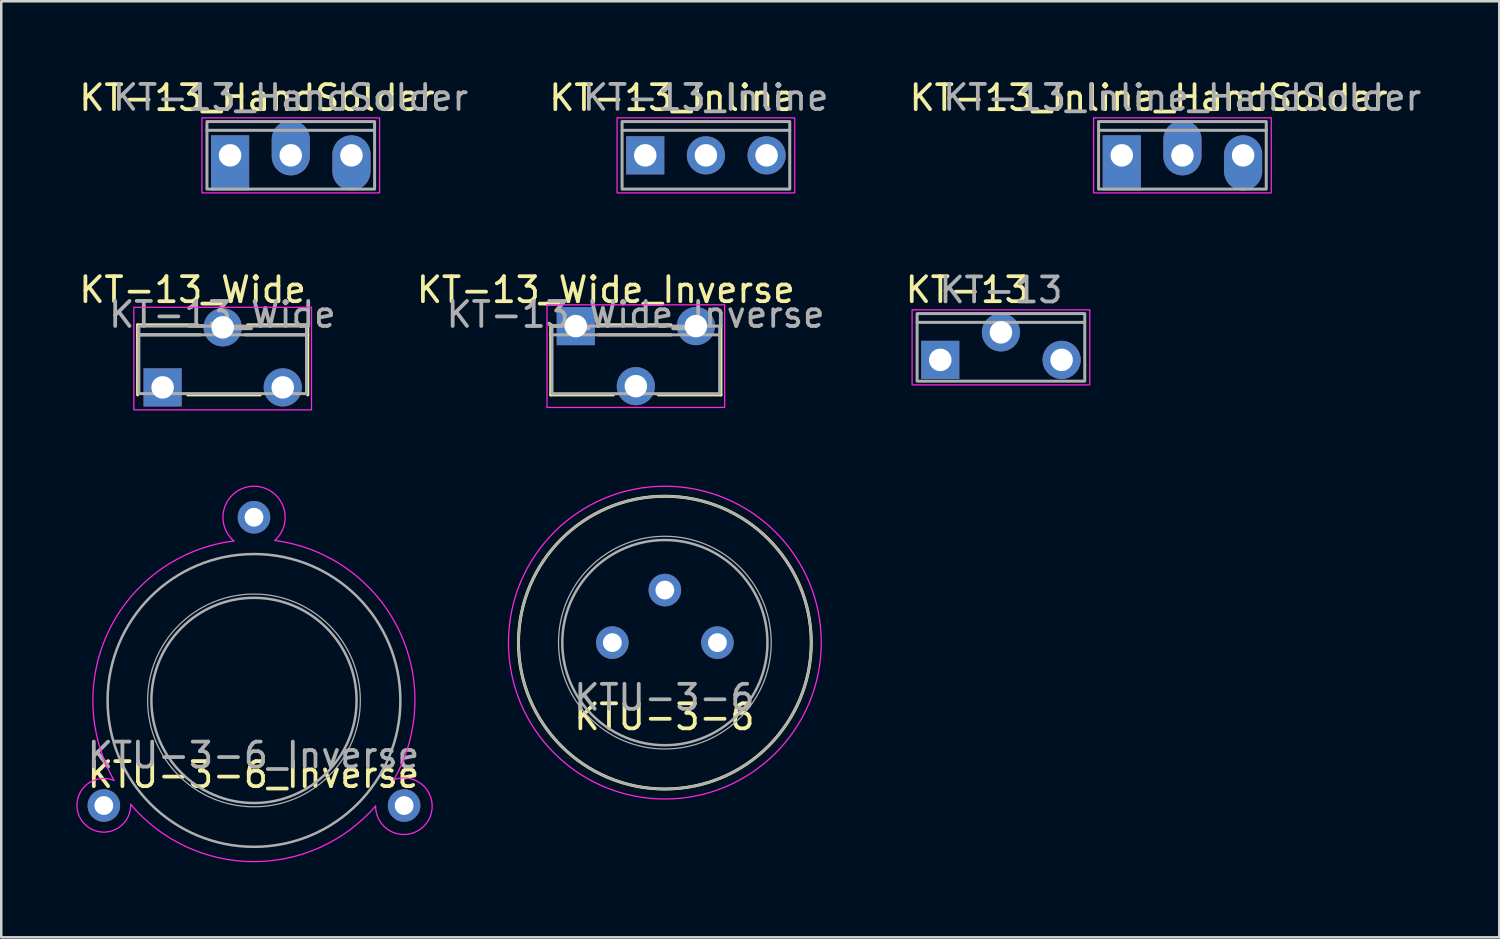
<source format=kicad_pcb>
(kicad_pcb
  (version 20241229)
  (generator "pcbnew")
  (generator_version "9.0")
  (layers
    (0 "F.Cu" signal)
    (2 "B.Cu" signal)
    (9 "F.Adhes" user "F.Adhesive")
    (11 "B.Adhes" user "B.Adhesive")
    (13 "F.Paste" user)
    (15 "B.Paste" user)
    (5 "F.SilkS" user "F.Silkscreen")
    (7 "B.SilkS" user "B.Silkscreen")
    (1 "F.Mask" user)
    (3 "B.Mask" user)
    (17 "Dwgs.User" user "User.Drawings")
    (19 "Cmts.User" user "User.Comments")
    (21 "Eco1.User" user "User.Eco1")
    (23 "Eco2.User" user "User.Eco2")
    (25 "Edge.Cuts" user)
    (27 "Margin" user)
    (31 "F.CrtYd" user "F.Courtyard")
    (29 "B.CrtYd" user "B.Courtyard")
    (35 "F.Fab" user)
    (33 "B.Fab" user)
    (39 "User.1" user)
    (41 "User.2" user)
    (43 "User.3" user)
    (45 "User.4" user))
  (footprint "KT-13_Wide_Inverse"
    (layer "F.Cu")
    (at 19.96 9.982)
    (property "Reference" "KT-13_Wide_Inverse" (at 1.2 -1.45 0) (unlocked yes) (layer "F.SilkS") (effects (font (size 1 1) (thickness 0.15))))
    (attr through_hole)
    (fp_line (start -1 0.35) (end -1 -0.05) (stroke (width 0.12) (type solid)) (layer "F.SilkS"))
    (fp_line (start -1 0.35) (end -1 2.75) (stroke (width 0.12) (type solid)) (layer "F.SilkS"))
    (fp_line (start -1 2.75) (end 1.5 2.75) (stroke (width 0.12) (type solid)) (layer "F.SilkS"))
    (fp_line (start 0.9 -0.05) (end 3.8 -0.05) (stroke (width 0.12) (type solid)) (layer "F.SilkS"))
    (fp_line (start 0.9 0.35) (end 3.8 0.35) (stroke (width 0.12) (type solid)) (layer "F.SilkS"))
    (fp_line (start 5.8 -0.05) (end 5.8 2.75) (stroke (width 0.12) (type solid)) (layer "F.SilkS"))
    (fp_line (start 5.8 2.75) (end 3.3 2.75) (stroke (width 0.12) (type solid)) (layer "F.SilkS"))
    (fp_rect (start -1.15 -0.85) (end 5.95 3.25) (stroke (width 0.05) (type solid)) (fill no) (layer "F.CrtYd"))
    (fp_line (start -0.95 0.35) (end 5.75 0.35) (stroke (width 0.12) (type solid)) (layer "F.Fab"))
    (fp_rect (start -0.95 0) (end 5.75 2.7) (stroke (width 0.12) (type solid)) (fill no) (layer "F.Fab"))
    (fp_text user "${REFERENCE}" (at 2.39 -0.46 0) (unlocked yes) (layer "F.Fab") (effects (font (size 1 1) (thickness 0.15))))
    (pad "1" thru_hole rect (at 0 0) (size 1.524 1.524) (drill 0.9) (layers "*.Cu" "*.Mask"))
    (pad "2" thru_hole circle (at 2.4 2.4) (size 1.524 1.524) (drill 0.9) (layers "*.Cu" "*.Mask"))
    (pad "3" thru_hole circle (at 4.8 0) (size 1.524 1.524) (drill 0.9) (layers "*.Cu" "*.Mask")))
  (footprint "KTU-3-6_Inverse"
    (layer "F.Cu")
    (at 7.1 24.941)
    (property "Reference" "KTU-3-6_Inverse" (at -0.02 2.97 0) (unlocked yes) (layer "F.SilkS") (effects (font (size 1 1) (thickness 0.15))))
    (attr through_hole)
    (fp_arc (start -5.59 3.2) (mid -5.758891 -2.869832) (end -0.803424 -6.371986) (stroke (width 0.05) (type solid)) (layer "F.CrtYd"))
    (fp_arc (start -4.93 4.15) (mid -6.883119 4.80264) (end -5.59 3.2) (stroke (width 0.05) (type solid)) (layer "F.CrtYd"))
    (fp_arc (start -0.803424 -6.371986) (mid -0.012803 -8.559374) (end 0.831159 -6.392007) (stroke (width 0.05) (type solid)) (layer "F.CrtYd"))
    (fp_arc (start 0.831159 -6.392007) (mid 5.758206 -2.878911) (end 5.59 3.170001) (stroke (width 0.05) (type solid)) (layer "F.CrtYd"))
    (fp_arc (start 4.859999 4.22) (mid -0.051139 6.442065) (end -4.93 4.15) (stroke (width 0.05) (type solid)) (layer "F.CrtYd"))
    (fp_arc (start 5.59 3.170001) (mid 6.918207 4.872184) (end 4.859999 4.22) (stroke (width 0.05) (type solid)) (layer "F.CrtYd"))
    (fp_circle (center 0 0) (end 4.1 0) (stroke (width 0.1) (type solid)) (fill no) (layer "F.Fab"))
    (fp_circle (center 0 0) (end 4.25 0) (stroke (width 0.05) (type solid)) (fill no) (layer "F.Fab"))
    (fp_circle (center 0 0) (end 5.85 0) (stroke (width 0.1) (type solid)) (fill no) (layer "F.Fab"))
    (fp_text user "${REFERENCE}" (at -0.02 2.19 0) (unlocked yes) (layer "F.Fab") (effects (font (size 1 1) (thickness 0.15))))
    (pad "1" thru_hole circle (at -6 4.2) (size 1.3 1.3) (drill 0.75) (layers "*.Cu" "*.Mask"))
    (pad "2" thru_hole circle (at 0 -7.32) (size 1.3 1.3) (drill 0.75) (layers "*.Cu" "*.Mask"))
    (pad "3" thru_hole circle (at 6 4.2) (size 1.3 1.3) (drill 0.75) (layers "*.Cu" "*.Mask")))
  (footprint "KTU-3-6"
    (layer "F.Cu")
    (at 23.52 22.631)
    (property "Reference" "KTU-3-6" (at -0.02 2.97 0) (unlocked yes) (layer "F.SilkS") (effects (font (size 1 1) (thickness 0.15))))
    (attr through_hole)
    (fp_circle (center 0 0) (end 5.85 0) (stroke (width 0.12) (type solid)) (fill no) (layer "F.SilkS"))
    (fp_circle (center 0 0) (end 6.25 0) (stroke (width 0.05) (type solid)) (fill no) (layer "F.CrtYd"))
    (fp_circle (center 0 0) (end 4.1 0) (stroke (width 0.1) (type solid)) (fill no) (layer "F.Fab"))
    (fp_circle (center 0 0) (end 4.25 0) (stroke (width 0.05) (type solid)) (fill no) (layer "F.Fab"))
    (fp_circle (center 0 0) (end 5.85 0) (stroke (width 0.1) (type solid)) (fill no) (layer "F.Fab"))
    (fp_text user "${REFERENCE}" (at -0.02 2.19 0) (unlocked yes) (layer "F.Fab") (effects (font (size 1 1) (thickness 0.15))))
    (pad "1" thru_hole circle (at 2.1 0) (size 1.3 1.3) (drill 0.75) (layers "*.Cu" "*.Mask"))
    (pad "2" thru_hole circle (at 0 -2.1) (size 1.3 1.3) (drill 0.75) (layers "*.Cu" "*.Mask"))
    (pad "3" thru_hole circle (at -2.1 0) (size 1.3 1.3) (drill 0.75) (layers "*.Cu" "*.Mask")))
  (footprint "KT-13_Inline_HandSolder"
    (layer "F.Cu")
    (at 44.203 3.158)
    (property "Reference" "KT-13_Inline_HandSolder" (at -1.35 -2.3 0) (unlocked yes) (layer "F.SilkS") (effects (font (size 1 1) (thickness 0.15))))
    (attr through_hole)
    (fp_rect (start -3.55 -1.5) (end 3.55 1.5) (stroke (width 0.05) (type solid)) (fill no) (layer "F.CrtYd"))
    (fp_line (start -3.35 -1) (end 3.35 -1) (stroke (width 0.12) (type solid)) (layer "F.Fab"))
    (fp_rect (start -3.35 -1.35) (end 3.35 1.35) (stroke (width 0.12) (type solid)) (fill no) (layer "F.Fab"))
    (fp_text user "${REFERENCE}" (at -0.01 -2.31 0) (unlocked yes) (layer "F.Fab") (effects (font (size 1 1) (thickness 0.15))))
    (pad "1" thru_hole rect (at -2.425 0) (size 1.524 2.2) (drill 0.9 (offset 0 0.3)) (layers "*.Cu" "*.Mask"))
    (pad "2" thru_hole oval (at 0 0) (size 1.524 2.2) (drill 0.9 (offset 0 -0.3)) (layers "*.Cu" "*.Mask"))
    (pad "3" thru_hole oval (at 2.425 0) (size 1.524 2.2) (drill 0.9 (offset 0 0.3)) (layers "*.Cu" "*.Mask")))
  (footprint "KT-13_Wide"
    (layer "F.Cu")
    (at 3.449 12.431)
    (property "Reference" "KT-13_Wide" (at 1.2 -3.9 0) (unlocked yes) (layer "F.SilkS") (effects (font (size 1 1) (thickness 0.15))))
    (attr through_hole)
    (fp_line (start -1 -2.5) (end 1.4 -2.5) (stroke (width 0.12) (type solid)) (layer "F.SilkS"))
    (fp_line (start -1 -2.1) (end -1 -2.5) (stroke (width 0.12) (type solid)) (layer "F.SilkS"))
    (fp_line (start -1 -2.1) (end -1 0.3) (stroke (width 0.12) (type solid)) (layer "F.SilkS"))
    (fp_line (start -1 -2.1) (end 1.5 -2.1) (stroke (width 0.12) (type solid)) (layer "F.SilkS"))
    (fp_line (start 3.3 -2.1) (end 5.8 -2.1) (stroke (width 0.12) (type solid)) (layer "F.SilkS"))
    (fp_line (start 3.4 -2.5) (end 5.8 -2.5) (stroke (width 0.12) (type solid)) (layer "F.SilkS"))
    (fp_line (start 3.9 0.3) (end 1 0.3) (stroke (width 0.12) (type solid)) (layer "F.SilkS"))
    (fp_line (start 5.8 -2.5) (end 5.8 0.3) (stroke (width 0.12) (type solid)) (layer "F.SilkS"))
    (fp_rect (start -1.15 -3.2) (end 5.95 0.9) (stroke (width 0.05) (type solid)) (fill no) (layer "F.CrtYd"))
    (fp_line (start -0.95 -2.1) (end 5.75 -2.1) (stroke (width 0.12) (type solid)) (layer "F.Fab"))
    (fp_rect (start -0.95 -2.45) (end 5.75 0.25) (stroke (width 0.12) (type solid)) (fill no) (layer "F.Fab"))
    (fp_text user "${REFERENCE}" (at 2.39 -2.91 0) (unlocked yes) (layer "F.Fab") (effects (font (size 1 1) (thickness 0.15))))
    (pad "1" thru_hole rect (at 0 0) (size 1.524 1.524) (drill 0.9) (layers "*.Cu" "*.Mask"))
    (pad "2" thru_hole circle (at 2.4 -2.4) (size 1.524 1.524) (drill 0.9) (layers "*.Cu" "*.Mask"))
    (pad "3" thru_hole circle (at 4.8 0) (size 1.524 1.524) (drill 0.9) (layers "*.Cu" "*.Mask")))
  (footprint "KT-13"
    (layer "F.Cu")
    (at 36.95 10.832)
    (property "Reference" "KT-13" (at -1.35 -2.3 0) (unlocked yes) (layer "F.SilkS") (effects (font (size 1 1) (thickness 0.15))))
    (attr through_hole)
    (fp_rect (start -3.55 -1.5) (end 3.55 1.5) (stroke (width 0.05) (type solid)) (fill no) (layer "F.CrtYd"))
    (fp_line (start -3.35 -1) (end 3.35 -1) (stroke (width 0.12) (type solid)) (layer "F.Fab"))
    (fp_rect (start -3.35 -1.35) (end 3.35 1.35) (stroke (width 0.12) (type solid)) (fill no) (layer "F.Fab"))
    (fp_text user "${REFERENCE}" (at 0 -2.29 0) (unlocked yes) (layer "F.Fab") (effects (font (size 1 1) (thickness 0.15))))
    (pad "1" thru_hole rect (at -2.425 0.5) (size 1.524 1.524) (drill 0.9) (layers "*.Cu" "*.Mask"))
    (pad "2" thru_hole circle (at 0 -0.6) (size 1.524 1.524) (drill 0.9) (layers "*.Cu" "*.Mask"))
    (pad "3" thru_hole circle (at 2.425 0.5) (size 1.524 1.524) (drill 0.9) (layers "*.Cu" "*.Mask")))
  (footprint "KT-13_Inline"
    (layer "F.Cu")
    (at 25.16 3.158)
    (property "Reference" "KT-13_Inline" (at -1.35 -2.3 0) (unlocked yes) (layer "F.SilkS") (effects (font (size 1 1) (thickness 0.15))))
    (attr through_hole)
    (fp_rect (start -3.55 -1.5) (end 3.55 1.5) (stroke (width 0.05) (type solid)) (fill no) (layer "F.CrtYd"))
    (fp_line (start -3.35 -1) (end 3.35 -1) (stroke (width 0.12) (type solid)) (layer "F.Fab"))
    (fp_rect (start -3.35 -1.35) (end 3.35 1.35) (stroke (width 0.12) (type solid)) (fill no) (layer "F.Fab"))
    (fp_text user "${REFERENCE}" (at -0.01 -2.31 0) (unlocked yes) (layer "F.Fab") (effects (font (size 1 1) (thickness 0.15))))
    (pad "1" thru_hole rect (at -2.425 0) (size 1.524 1.524) (drill 0.9) (layers "*.Cu" "*.Mask"))
    (pad "2" thru_hole circle (at 0 0) (size 1.524 1.524) (drill 0.9) (layers "*.Cu" "*.Mask"))
    (pad "3" thru_hole circle (at 2.425 0) (size 1.524 1.524) (drill 0.9) (layers "*.Cu" "*.Mask")))
  (footprint "KT-13_HandSolder"
    (layer "F.Cu")
    (at 6.145 3.158)
    (property "Reference" "KT-13_HandSolder" (at 1.075 -2.3 0) (unlocked yes) (layer "F.SilkS") (effects (font (size 1 1) (thickness 0.15))))
    (attr through_hole)
    (fp_rect (start -1.125 -1.5) (end 5.975 1.5) (stroke (width 0.05) (type solid)) (fill no) (layer "F.CrtYd"))
    (fp_line (start -0.925 -1) (end 5.775 -1) (stroke (width 0.12) (type solid)) (layer "F.Fab"))
    (fp_rect (start -0.925 -1.35) (end 5.775 1.35) (stroke (width 0.12) (type solid)) (fill no) (layer "F.Fab"))
    (fp_text user "${REFERENCE}" (at 2.415 -2.31 0) (unlocked yes) (layer "F.Fab") (effects (font (size 1 1) (thickness 0.15))))
    (pad "1" thru_hole rect (at 0 0) (size 1.524 2.2) (drill 0.9 (offset 0 0.3)) (layers "*.Cu" "*.Mask"))
    (pad "2" thru_hole oval (at 2.425 0) (size 1.524 2.2) (drill 0.9 (offset 0 -0.3)) (layers "*.Cu" "*.Mask"))
    (pad "3" thru_hole oval (at 4.85 0) (size 1.524 2.2) (drill 0.9 (offset 0 0.3)) (layers "*.Cu" "*.Mask")))
  (gr_rect
    (start -3 -3)
    (end 56.865 34.408)
    (stroke (width 0.1) (type default))
    (fill no)
    (layer "Edge.Cuts")))
</source>
